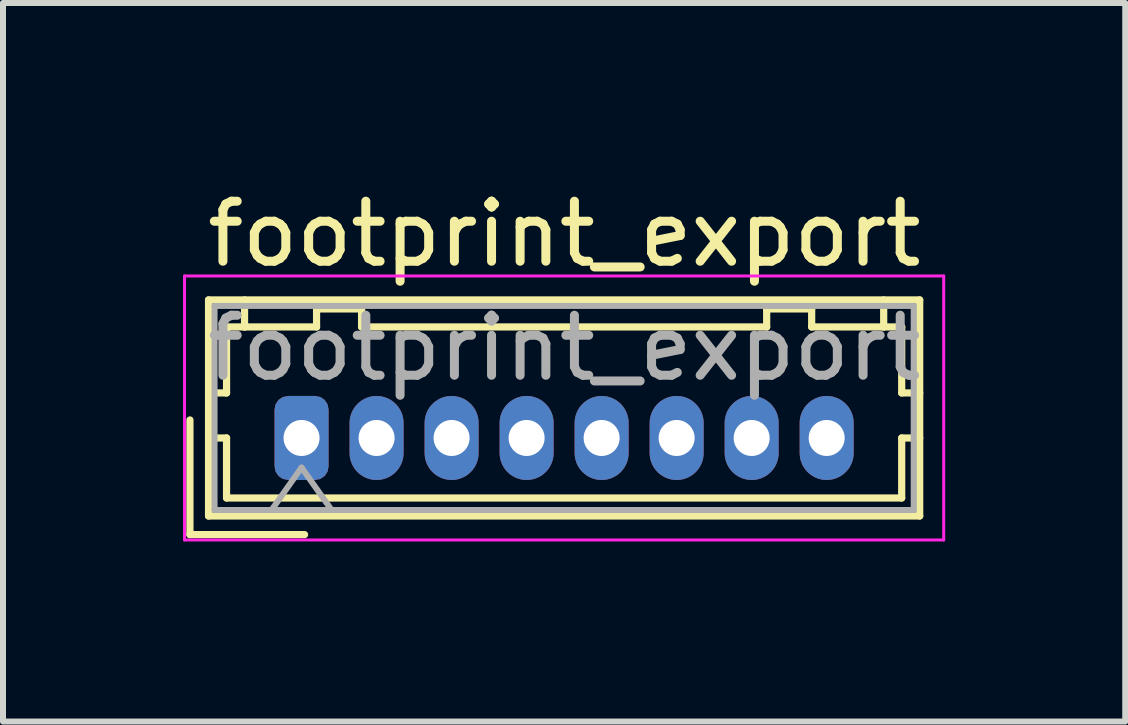
<source format=kicad_pcb>
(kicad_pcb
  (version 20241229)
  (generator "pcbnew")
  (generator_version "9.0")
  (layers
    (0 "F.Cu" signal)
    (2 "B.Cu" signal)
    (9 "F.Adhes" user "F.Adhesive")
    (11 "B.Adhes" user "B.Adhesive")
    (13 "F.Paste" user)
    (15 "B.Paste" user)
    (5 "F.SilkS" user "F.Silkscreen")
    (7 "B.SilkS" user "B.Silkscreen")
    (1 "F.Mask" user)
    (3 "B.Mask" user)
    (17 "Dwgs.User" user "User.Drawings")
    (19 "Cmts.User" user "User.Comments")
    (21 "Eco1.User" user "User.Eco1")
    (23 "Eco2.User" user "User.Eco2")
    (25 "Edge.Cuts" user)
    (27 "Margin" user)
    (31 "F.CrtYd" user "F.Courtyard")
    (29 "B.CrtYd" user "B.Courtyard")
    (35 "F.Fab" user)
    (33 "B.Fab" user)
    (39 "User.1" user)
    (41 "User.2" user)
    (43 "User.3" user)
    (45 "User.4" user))
  (footprint "footprint_export"
    (layer "F.Cu")
    (at 1.975 4.248)
    (property "Reference" "footprint_export" (at 4.38 -3.4 0) (layer "F.SilkS") (effects (font (size 1 1) (thickness 0.15))))
    (attr through_hole)
    (fp_line (start -1.86 -0.3) (end -1.86 1.61) (stroke (width 0.12) (type solid)) (layer "F.SilkS"))
    (fp_line (start -1.86 1.61) (end 0.05 1.61) (stroke (width 0.12) (type solid)) (layer "F.SilkS"))
    (fp_line (start -1.55 -2.3) (end -1.55 1.3) (stroke (width 0.12) (type solid)) (layer "F.SilkS"))
    (fp_line (start -1.55 -0.75) (end -1.25 -0.75) (stroke (width 0.12) (type solid)) (layer "F.SilkS"))
    (fp_line (start -1.55 0) (end -1.25 0) (stroke (width 0.12) (type solid)) (layer "F.SilkS"))
    (fp_line (start -1.55 1.3) (end 10.3 1.3) (stroke (width 0.12) (type solid)) (layer "F.SilkS"))
    (fp_line (start -1.25 -1.85) (end -0.95 -1.85) (stroke (width 0.12) (type solid)) (layer "F.SilkS"))
    (fp_line (start -1.25 -0.75) (end -1.25 -1.85) (stroke (width 0.12) (type solid)) (layer "F.SilkS"))
    (fp_line (start -1.25 0) (end -1.25 1) (stroke (width 0.12) (type solid)) (layer "F.SilkS"))
    (fp_line (start -1.25 1) (end 10 1) (stroke (width 0.12) (type solid)) (layer "F.SilkS"))
    (fp_line (start -0.95 -1.85) (end -0.95 -2.3) (stroke (width 0.12) (type solid)) (layer "F.SilkS"))
    (fp_line (start -0.95 -1.85) (end 0.25 -1.85) (stroke (width 0.12) (type solid)) (layer "F.SilkS"))
    (fp_line (start 0.25 -2.15) (end 1 -2.15) (stroke (width 0.12) (type solid)) (layer "F.SilkS"))
    (fp_line (start 0.25 -1.85) (end 0.25 -2.15) (stroke (width 0.12) (type solid)) (layer "F.SilkS"))
    (fp_line (start 1 -2.15) (end 1 -1.85) (stroke (width 0.12) (type solid)) (layer "F.SilkS"))
    (fp_line (start 1 -1.85) (end 7.75 -1.85) (stroke (width 0.12) (type solid)) (layer "F.SilkS"))
    (fp_line (start 7.75 -2.15) (end 8.5 -2.15) (stroke (width 0.12) (type solid)) (layer "F.SilkS"))
    (fp_line (start 7.75 -1.85) (end 7.75 -2.15) (stroke (width 0.12) (type solid)) (layer "F.SilkS"))
    (fp_line (start 8.5 -2.15) (end 8.5 -1.85) (stroke (width 0.12) (type solid)) (layer "F.SilkS"))
    (fp_line (start 8.5 -1.85) (end 9.7 -1.85) (stroke (width 0.12) (type solid)) (layer "F.SilkS"))
    (fp_line (start 9.7 -1.85) (end 9.7 -2.3) (stroke (width 0.12) (type solid)) (layer "F.SilkS"))
    (fp_line (start 10 -1.85) (end 9.7 -1.85) (stroke (width 0.12) (type solid)) (layer "F.SilkS"))
    (fp_line (start 10 -0.75) (end 10 -1.85) (stroke (width 0.12) (type solid)) (layer "F.SilkS"))
    (fp_line (start 10 0) (end 10.3 0) (stroke (width 0.12) (type solid)) (layer "F.SilkS"))
    (fp_line (start 10 1) (end 10 0) (stroke (width 0.12) (type solid)) (layer "F.SilkS"))
    (fp_line (start 10.3 -2.3) (end -1.55 -2.3) (stroke (width 0.12) (type solid)) (layer "F.SilkS"))
    (fp_line (start 10.3 -0.75) (end 10 -0.75) (stroke (width 0.12) (type solid)) (layer "F.SilkS"))
    (fp_line (start 10.3 1.3) (end 10.3 -2.3) (stroke (width 0.12) (type solid)) (layer "F.SilkS"))
    (fp_line (start -1.95 -2.7) (end -1.95 1.7) (stroke (width 0.05) (type solid)) (layer "F.CrtYd"))
    (fp_line (start -1.95 1.7) (end 10.7 1.7) (stroke (width 0.05) (type solid)) (layer "F.CrtYd"))
    (fp_line (start 10.7 -2.7) (end -1.95 -2.7) (stroke (width 0.05) (type solid)) (layer "F.CrtYd"))
    (fp_line (start 10.7 1.7) (end 10.7 -2.7) (stroke (width 0.05) (type solid)) (layer "F.CrtYd"))
    (fp_line (start -1.45 -2.2) (end -1.45 1.2) (stroke (width 0.1) (type solid)) (layer "F.Fab"))
    (fp_line (start -1.45 1.2) (end 10.2 1.2) (stroke (width 0.1) (type solid)) (layer "F.Fab"))
    (fp_line (start -0.5 1.2) (end 0 0.493) (stroke (width 0.1) (type solid)) (layer "F.Fab"))
    (fp_line (start 0 0.493) (end 0.5 1.2) (stroke (width 0.1) (type solid)) (layer "F.Fab"))
    (fp_line (start 10.2 -2.2) (end -1.45 -2.2) (stroke (width 0.1) (type solid)) (layer "F.Fab"))
    (fp_line (start 10.2 1.2) (end 10.2 -2.2) (stroke (width 0.1) (type solid)) (layer "F.Fab"))
    (fp_text user "${REFERENCE}" (at 4.38 -1.5 0) (layer "F.Fab") (effects (font (size 1 1) (thickness 0.15))))
    (pad "1" thru_hole roundrect (at 0 0) (size 0.9 1.4) (drill 0.6) (layers "*.Cu" "*.Mask") (roundrect_rratio 0.25))
    (pad "2" thru_hole oval (at 1.25 0) (size 0.9 1.4) (drill 0.6) (layers "*.Cu" "*.Mask"))
    (pad "3" thru_hole oval (at 2.5 0) (size 0.9 1.4) (drill 0.6) (layers "*.Cu" "*.Mask"))
    (pad "4" thru_hole oval (at 3.75 0) (size 0.9 1.4) (drill 0.6) (layers "*.Cu" "*.Mask"))
    (pad "5" thru_hole oval (at 5 0) (size 0.9 1.4) (drill 0.6) (layers "*.Cu" "*.Mask"))
    (pad "6" thru_hole oval (at 6.25 0) (size 0.9 1.4) (drill 0.6) (layers "*.Cu" "*.Mask"))
    (pad "7" thru_hole oval (at 7.5 0) (size 0.9 1.4) (drill 0.6) (layers "*.Cu" "*.Mask"))
    (pad "8" thru_hole oval (at 8.75 0) (size 0.9 1.4) (drill 0.6) (layers "*.Cu" "*.Mask")))
  (gr_rect
    (start -3 -3)
    (end 15.7 8.973)
    (stroke (width 0.1) (type default))
    (fill no)
    (layer "Edge.Cuts")))
</source>
